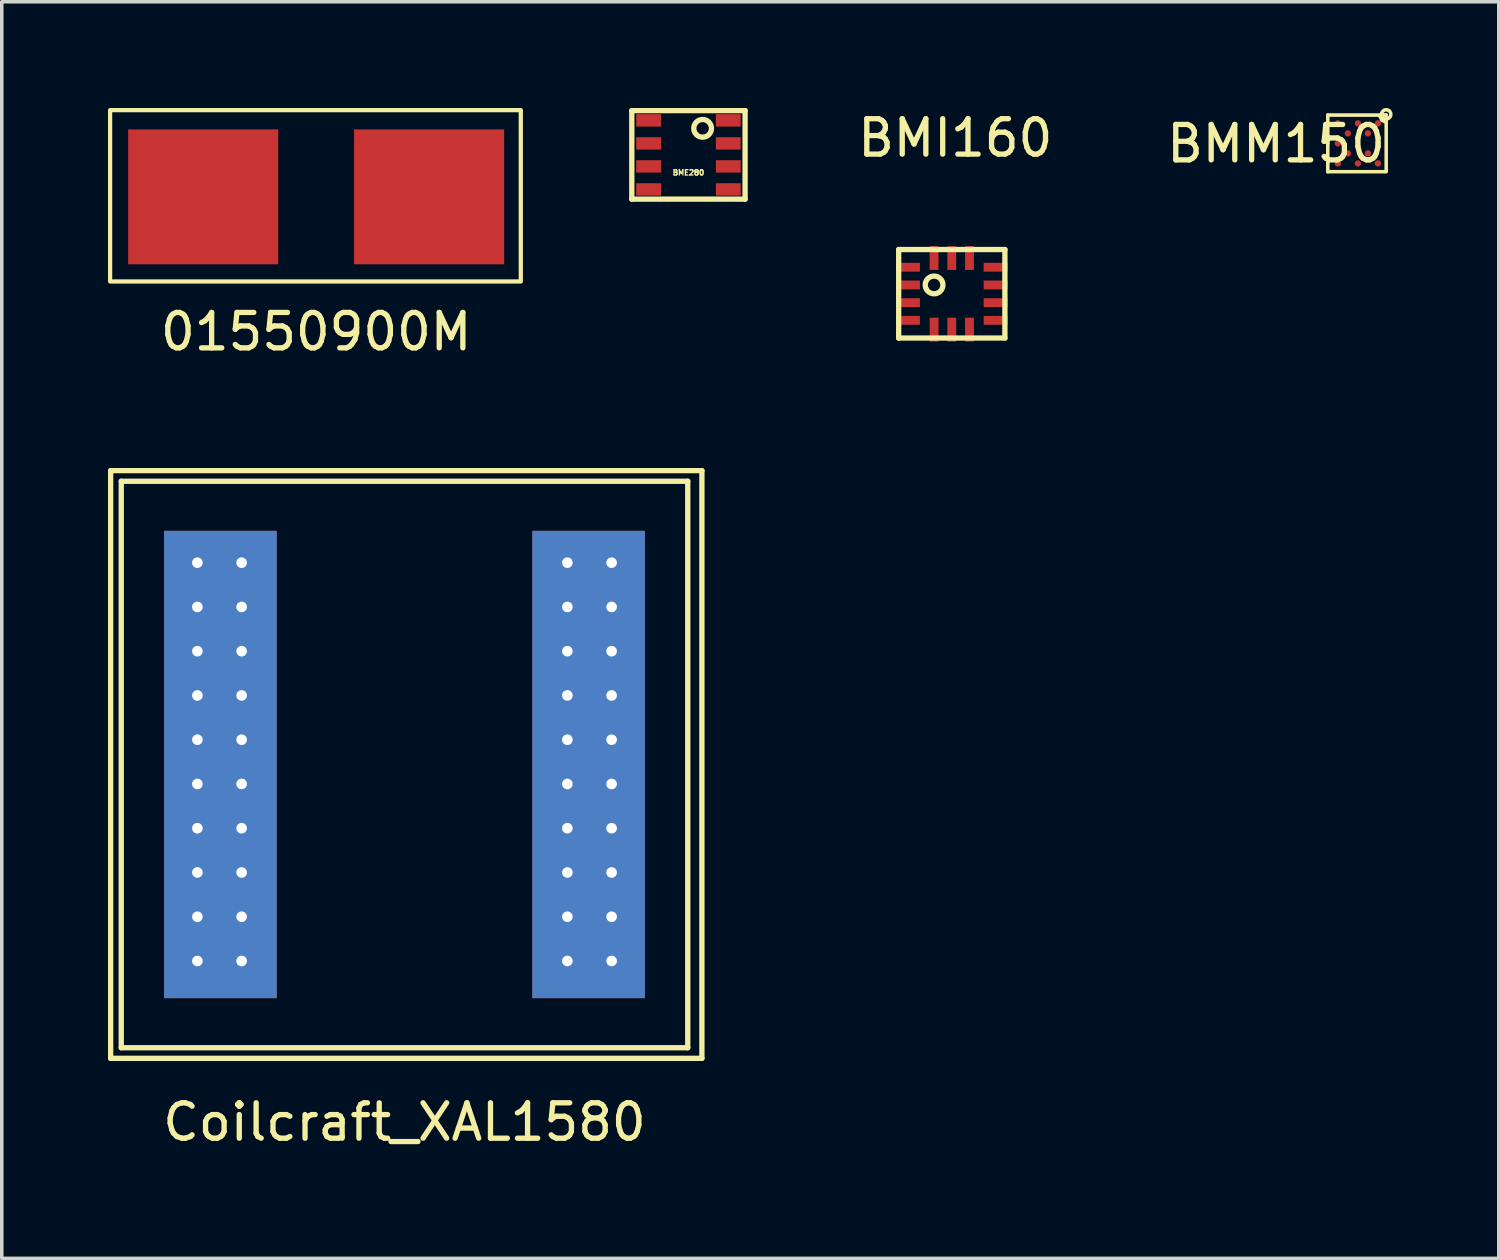
<source format=kicad_pcb>
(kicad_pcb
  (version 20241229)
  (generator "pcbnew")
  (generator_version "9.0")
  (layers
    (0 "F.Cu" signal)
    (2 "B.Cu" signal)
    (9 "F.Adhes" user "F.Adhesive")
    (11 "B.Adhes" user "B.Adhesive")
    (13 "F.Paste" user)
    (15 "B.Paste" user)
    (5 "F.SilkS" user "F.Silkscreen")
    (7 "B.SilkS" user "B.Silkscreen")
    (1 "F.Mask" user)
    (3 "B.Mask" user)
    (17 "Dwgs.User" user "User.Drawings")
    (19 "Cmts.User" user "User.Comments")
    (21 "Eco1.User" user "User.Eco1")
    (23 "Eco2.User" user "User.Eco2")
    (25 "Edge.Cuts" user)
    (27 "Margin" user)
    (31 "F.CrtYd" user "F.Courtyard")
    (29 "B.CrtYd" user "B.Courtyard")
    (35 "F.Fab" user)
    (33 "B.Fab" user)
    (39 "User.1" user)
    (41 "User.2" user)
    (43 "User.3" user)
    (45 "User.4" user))
  (footprint "BMM150"
    (layer "F.Cu")
    (at 35.303 1)
    (property "Reference" "BMM150" (at -2.31 0.01 0) (layer "F.SilkS") (effects (font (size 1 1) (thickness 0.15))))
    (attr through_hole)
    (fp_line (start -0.85 -0.8) (end 0.73 -0.8) (stroke (width 0.1) (type solid)) (layer "F.SilkS"))
    (fp_line (start -0.85 0) (end -0.85 -0.8) (stroke (width 0.1) (type solid)) (layer "F.SilkS"))
    (fp_line (start -0.85 0.8) (end -0.85 -0.07) (stroke (width 0.1) (type solid)) (layer "F.SilkS"))
    (fp_line (start 0.62 -0.76) (end 0.76 -0.61) (stroke (width 0.1) (type solid)) (layer "F.SilkS"))
    (fp_line (start 0.71 -0.8) (end 0.77 -0.8) (stroke (width 0.1) (type solid)) (layer "F.SilkS"))
    (fp_line (start 0.77 -0.8) (end 0.8 -0.8) (stroke (width 0.1) (type solid)) (layer "F.SilkS"))
    (fp_line (start 0.77 0.8) (end -0.85 0.8) (stroke (width 0.1) (type solid)) (layer "F.SilkS"))
    (fp_line (start 0.8 -0.8) (end 0.8 0.8) (stroke (width 0.1) (type solid)) (layer "F.SilkS"))
    (fp_circle (center 0.72 -0.7) (end 0.73 -0.7) (stroke (width 0.1) (type solid)) (fill no) (layer "F.SilkS"))
    (fp_circle (center 0.8 -0.82) (end 0.92 -0.87) (stroke (width 0.1) (type solid)) (fill no) (layer "F.SilkS"))
    (pad "A1" smd circle (at 0.566 -0.566) (size 0.18 0.18) (layers "F.Cu" "F.Mask" "F.Paste"))
    (pad "A3" smd circle (at 0.566 0) (size 0.18 0.18) (layers "F.Cu" "F.Mask" "F.Paste"))
    (pad "A5" smd circle (at 0.566 0.566) (size 0.18 0.18) (layers "F.Cu" "F.Mask" "F.Paste"))
    (pad "B2" smd circle (at 0.283 -0.283) (size 0.18 0.18) (layers "F.Cu" "F.Mask" "F.Paste"))
    (pad "B4" smd circle (at 0.283 0.283) (size 0.18 0.18) (layers "F.Cu" "F.Mask" "F.Paste"))
    (pad "C1" smd circle (at 0 -0.566) (size 0.18 0.18) (layers "F.Cu" "F.Mask" "F.Paste"))
    (pad "C5" smd circle (at 0 0.566) (size 0.18 0.18) (layers "F.Cu" "F.Mask" "F.Paste"))
    (pad "D2" smd circle (at -0.283 -0.283) (size 0.18 0.18) (layers "F.Cu" "F.Mask" "F.Paste"))
    (pad "D4" smd circle (at -0.283 0.283) (size 0.18 0.18) (layers "F.Cu" "F.Mask" "F.Paste"))
    (pad "E1" smd circle (at -0.566 -0.566) (size 0.18 0.18) (layers "F.Cu" "F.Mask" "F.Paste"))
    (pad "E3" smd circle (at -0.566 0) (size 0.18 0.18) (layers "F.Cu" "F.Mask" "F.Paste"))
    (pad "E5" smd circle (at -0.566 0.566) (size 0.18 0.18) (layers "F.Cu" "F.Mask" "F.Paste")))
  (footprint "Coilcraft_XAL1580"
    (layer "F.Cu")
    (at 8.375 18.543)
    (property "Reference" "Coilcraft_XAL1580" (at 0 10.1 0) (layer "F.SilkS") (effects (font (size 1 1) (thickness 0.15))))
    (attr through_hole)
    (fp_line (start -8.3 -8.3) (end 8.4 -8.3) (stroke (width 0.15) (type solid)) (layer "F.SilkS"))
    (fp_line (start -8.3 8.3) (end -8.3 -8.3) (stroke (width 0.15) (type solid)) (layer "F.SilkS"))
    (fp_line (start -8 -8) (end 8 -8) (stroke (width 0.15) (type solid)) (layer "F.SilkS"))
    (fp_line (start -8 8) (end -8 -8) (stroke (width 0.15) (type solid)) (layer "F.SilkS"))
    (fp_line (start 8 -8) (end 8 8) (stroke (width 0.15) (type solid)) (layer "F.SilkS"))
    (fp_line (start 8 8) (end -8 8) (stroke (width 0.15) (type solid)) (layer "F.SilkS"))
    (fp_line (start 8.4 -8.3) (end 8.4 8.3) (stroke (width 0.15) (type solid)) (layer "F.SilkS"))
    (fp_line (start 8.4 8.3) (end -8.3 8.3) (stroke (width 0.15) (type solid)) (layer "F.SilkS"))
    (pad "1" thru_hole circle (at -5.85 -5.7) (size 0.6 0.6) (drill 0.3) (layers "*.Cu" "*.Mask"))
    (pad "1" thru_hole circle (at -5.85 -4.45) (size 0.6 0.6) (drill 0.3) (layers "*.Cu" "*.Mask"))
    (pad "1" thru_hole circle (at -5.85 -3.2) (size 0.6 0.6) (drill 0.3) (layers "*.Cu" "*.Mask"))
    (pad "1" thru_hole circle (at -5.85 -1.95) (size 0.6 0.6) (drill 0.3) (layers "*.Cu" "*.Mask"))
    (pad "1" thru_hole circle (at -5.85 -0.7) (size 0.6 0.6) (drill 0.3) (layers "*.Cu" "*.Mask"))
    (pad "1" thru_hole circle (at -5.85 0.55) (size 0.6 0.6) (drill 0.3) (layers "*.Cu" "*.Mask"))
    (pad "1" thru_hole circle (at -5.85 1.8) (size 0.6 0.6) (drill 0.3) (layers "*.Cu" "*.Mask"))
    (pad "1" thru_hole circle (at -5.85 3.05) (size 0.6 0.6) (drill 0.3) (layers "*.Cu" "*.Mask"))
    (pad "1" thru_hole circle (at -5.85 4.3) (size 0.6 0.6) (drill 0.3) (layers "*.Cu" "*.Mask"))
    (pad "1" thru_hole circle (at -5.85 5.55) (size 0.6 0.6) (drill 0.3) (layers "*.Cu" "*.Mask"))
    (pad "1" smd rect (at -5.2 0) (size 3.18 13.2) (layers "F.Cu" "F.Mask" "F.Paste"))
    (pad "1" smd rect (at -5.2 0) (size 3.18 13.2) (layers "B.Cu" "B.Mask" "B.Paste"))
    (pad "1" thru_hole circle (at -4.6 -5.7) (size 0.6 0.6) (drill 0.3) (layers "*.Cu" "*.Mask"))
    (pad "1" thru_hole circle (at -4.6 -4.45) (size 0.6 0.6) (drill 0.3) (layers "*.Cu" "*.Mask"))
    (pad "1" thru_hole circle (at -4.6 -3.2) (size 0.6 0.6) (drill 0.3) (layers "*.Cu" "*.Mask"))
    (pad "1" thru_hole circle (at -4.6 -1.95) (size 0.6 0.6) (drill 0.3) (layers "*.Cu" "*.Mask"))
    (pad "1" thru_hole circle (at -4.6 -0.7) (size 0.6 0.6) (drill 0.3) (layers "*.Cu" "*.Mask"))
    (pad "1" thru_hole circle (at -4.6 0.55) (size 0.6 0.6) (drill 0.3) (layers "*.Cu" "*.Mask"))
    (pad "1" thru_hole circle (at -4.6 1.8) (size 0.6 0.6) (drill 0.3) (layers "*.Cu" "*.Mask"))
    (pad "1" thru_hole circle (at -4.6 3.05) (size 0.6 0.6) (drill 0.3) (layers "*.Cu" "*.Mask"))
    (pad "1" thru_hole circle (at -4.6 4.3) (size 0.6 0.6) (drill 0.3) (layers "*.Cu" "*.Mask"))
    (pad "1" thru_hole circle (at -4.6 5.55) (size 0.6 0.6) (drill 0.3) (layers "*.Cu" "*.Mask"))
    (pad "2" thru_hole circle (at 4.6 -5.7) (size 0.6 0.6) (drill 0.3) (layers "*.Cu" "*.Mask"))
    (pad "2" thru_hole circle (at 4.6 -4.45) (size 0.6 0.6) (drill 0.3) (layers "*.Cu" "*.Mask"))
    (pad "2" thru_hole circle (at 4.6 -3.2) (size 0.6 0.6) (drill 0.3) (layers "*.Cu" "*.Mask"))
    (pad "2" thru_hole circle (at 4.6 -1.95) (size 0.6 0.6) (drill 0.3) (layers "*.Cu" "*.Mask"))
    (pad "2" thru_hole circle (at 4.6 -0.7) (size 0.6 0.6) (drill 0.3) (layers "*.Cu" "*.Mask"))
    (pad "2" thru_hole circle (at 4.6 0.55) (size 0.6 0.6) (drill 0.3) (layers "*.Cu" "*.Mask"))
    (pad "2" thru_hole circle (at 4.6 1.8) (size 0.6 0.6) (drill 0.3) (layers "*.Cu" "*.Mask"))
    (pad "2" thru_hole circle (at 4.6 3.05) (size 0.6 0.6) (drill 0.3) (layers "*.Cu" "*.Mask"))
    (pad "2" thru_hole circle (at 4.6 4.3) (size 0.6 0.6) (drill 0.3) (layers "*.Cu" "*.Mask"))
    (pad "2" thru_hole circle (at 4.6 5.55) (size 0.6 0.6) (drill 0.3) (layers "*.Cu" "*.Mask"))
    (pad "2" smd rect (at 5.2 0) (size 3.18 13.2) (layers "F.Cu" "F.Mask" "F.Paste"))
    (pad "2" smd rect (at 5.2 0) (size 3.18 13.2) (layers "B.Cu" "B.Mask" "B.Paste"))
    (pad "2" thru_hole circle (at 5.85 -5.7) (size 0.6 0.6) (drill 0.3) (layers "*.Cu" "*.Mask"))
    (pad "2" thru_hole circle (at 5.85 -4.45) (size 0.6 0.6) (drill 0.3) (layers "*.Cu" "*.Mask"))
    (pad "2" thru_hole circle (at 5.85 -3.2) (size 0.6 0.6) (drill 0.3) (layers "*.Cu" "*.Mask"))
    (pad "2" thru_hole circle (at 5.85 -1.95) (size 0.6 0.6) (drill 0.3) (layers "*.Cu" "*.Mask"))
    (pad "2" thru_hole circle (at 5.85 -0.7) (size 0.6 0.6) (drill 0.3) (layers "*.Cu" "*.Mask"))
    (pad "2" thru_hole circle (at 5.85 0.55) (size 0.6 0.6) (drill 0.3) (layers "*.Cu" "*.Mask"))
    (pad "2" thru_hole circle (at 5.85 1.8) (size 0.6 0.6) (drill 0.3) (layers "*.Cu" "*.Mask"))
    (pad "2" thru_hole circle (at 5.85 3.05) (size 0.6 0.6) (drill 0.3) (layers "*.Cu" "*.Mask"))
    (pad "2" thru_hole circle (at 5.85 4.3) (size 0.6 0.6) (drill 0.3) (layers "*.Cu" "*.Mask"))
    (pad "2" thru_hole circle (at 5.85 5.55) (size 0.6 0.6) (drill 0.3) (layers "*.Cu" "*.Mask")))
  (footprint "BMI160"
    (layer "F.Cu")
    (at 23.833 5.248)
    (property "Reference" "BMI160" (at 0.1 -4.4 0) (layer "F.SilkS") (effects (font (size 1 1) (thickness 0.15))))
    (attr through_hole)
    (fp_line (start -1.5 -1.25) (end 1.5 -1.25) (stroke (width 0.15) (type solid)) (layer "F.SilkS"))
    (fp_line (start -1.5 1.25) (end -1.5 -1.25) (stroke (width 0.15) (type solid)) (layer "F.SilkS"))
    (fp_line (start 1.5 -1.25) (end 1.5 1.25) (stroke (width 0.15) (type solid)) (layer "F.SilkS"))
    (fp_line (start 1.5 1.25) (end -1.5 1.25) (stroke (width 0.15) (type solid)) (layer "F.SilkS"))
    (fp_circle (center -0.5 -0.25) (end -0.25 -0.25) (stroke (width 0.15) (type solid)) (fill no) (layer "F.SilkS"))
    (pad "1" smd rect (at -1.238 -0.75) (size 0.675 0.25) (layers "F.Cu" "F.Mask" "F.Paste"))
    (pad "2" smd rect (at -1.238 -0.25) (size 0.675 0.25) (layers "F.Cu" "F.Mask" "F.Paste"))
    (pad "3" smd rect (at -1.238 0.25) (size 0.675 0.25) (layers "F.Cu" "F.Mask" "F.Paste"))
    (pad "4" smd rect (at -1.238 0.75) (size 0.675 0.25) (layers "F.Cu" "F.Mask" "F.Paste"))
    (pad "5" smd rect (at -0.5 1.012) (size 0.25 0.675) (layers "F.Cu" "F.Mask" "F.Paste"))
    (pad "6" smd rect (at 0 1.012) (size 0.25 0.675) (layers "F.Cu" "F.Mask" "F.Paste"))
    (pad "7" smd rect (at 0.5 1.012) (size 0.25 0.675) (layers "F.Cu" "F.Mask" "F.Paste"))
    (pad "8" smd rect (at 1.238 0.75) (size 0.675 0.25) (layers "F.Cu" "F.Mask" "F.Paste"))
    (pad "9" smd rect (at 1.238 0.25) (size 0.675 0.25) (layers "F.Cu" "F.Mask" "F.Paste"))
    (pad "10" smd rect (at 1.238 -0.25) (size 0.675 0.25) (layers "F.Cu" "F.Mask" "F.Paste"))
    (pad "11" smd rect (at 1.238 -0.75) (size 0.675 0.25) (layers "F.Cu" "F.Mask" "F.Paste"))
    (pad "12" smd rect (at 0.5 -1.012) (size 0.25 0.675) (layers "F.Cu" "F.Mask" "F.Paste"))
    (pad "13" smd rect (at 0 -1.012) (size 0.25 0.675) (layers "F.Cu" "F.Mask" "F.Paste"))
    (pad "14" smd rect (at -0.5 -1.012) (size 0.25 0.675) (layers "F.Cu" "F.Mask" "F.Paste")))
  (footprint "BME280"
    (layer "F.Cu")
    (at 16.395 1.325)
    (property "Reference" "BME280" (at 0 0.5 0) (layer "F.SilkS") (effects (font (size 0.15 0.15) (thickness 0.037))))
    (attr through_hole)
    (fp_line (start -1.6 -1.25) (end 1.6 -1.25) (stroke (width 0.15) (type solid)) (layer "F.SilkS"))
    (fp_line (start -1.6 1.25) (end -1.6 -1.25) (stroke (width 0.15) (type solid)) (layer "F.SilkS"))
    (fp_line (start 1.6 -1.25) (end 1.6 1.25) (stroke (width 0.15) (type solid)) (layer "F.SilkS"))
    (fp_line (start 1.6 1.25) (end -1.6 1.25) (stroke (width 0.15) (type solid)) (layer "F.SilkS"))
    (fp_circle (center 0.4 -0.75) (end 0.65 -0.75) (stroke (width 0.15) (type solid)) (fill no) (layer "F.SilkS"))
    (pad "1" smd rect (at 1.125 -0.975) (size 0.7 0.35) (layers "F.Cu" "F.Mask" "F.Paste"))
    (pad "2" smd rect (at 1.125 -0.325) (size 0.7 0.35) (layers "F.Cu" "F.Mask" "F.Paste"))
    (pad "3" smd rect (at 1.125 0.325) (size 0.7 0.35) (layers "F.Cu" "F.Mask" "F.Paste"))
    (pad "4" smd rect (at 1.125 0.975) (size 0.7 0.35) (layers "F.Cu" "F.Mask" "F.Paste"))
    (pad "5" smd rect (at -1.125 0.975) (size 0.7 0.35) (layers "F.Cu" "F.Mask" "F.Paste"))
    (pad "6" smd rect (at -1.125 0.325) (size 0.7 0.35) (layers "F.Cu" "F.Mask" "F.Paste"))
    (pad "7" smd rect (at -1.125 -0.325) (size 0.7 0.35) (layers "F.Cu" "F.Mask" "F.Paste"))
    (pad "8" smd rect (at -1.125 -0.975) (size 0.7 0.35) (layers "F.Cu" "F.Mask" "F.Paste")))
  (footprint "01550900M"
    (layer "F.Cu")
    (at 5.88 2.51)
    (property "Reference" "01550900M" (at 0 3.81 0) (layer "F.SilkS") (effects (font (size 1 1) (thickness 0.15))))
    (attr through_hole)
    (fp_rect (start -5.82 -2.45) (end 5.78 2.39) (stroke (width 0.12) (type solid)) (fill no) (layer "F.SilkS"))
    (pad "1" smd rect (at -3.19 0) (size 4.24 3.81) (layers "F.Cu" "F.Mask" "F.Paste"))
    (pad "2" smd rect (at 3.19 0) (size 4.24 3.81) (layers "F.Cu" "F.Mask" "F.Paste")))
  (gr_rect
    (start -3 -3)
    (end 39.283 32.492)
    (stroke (width 0.1) (type default))
    (fill no)
    (layer "Edge.Cuts")))
</source>
